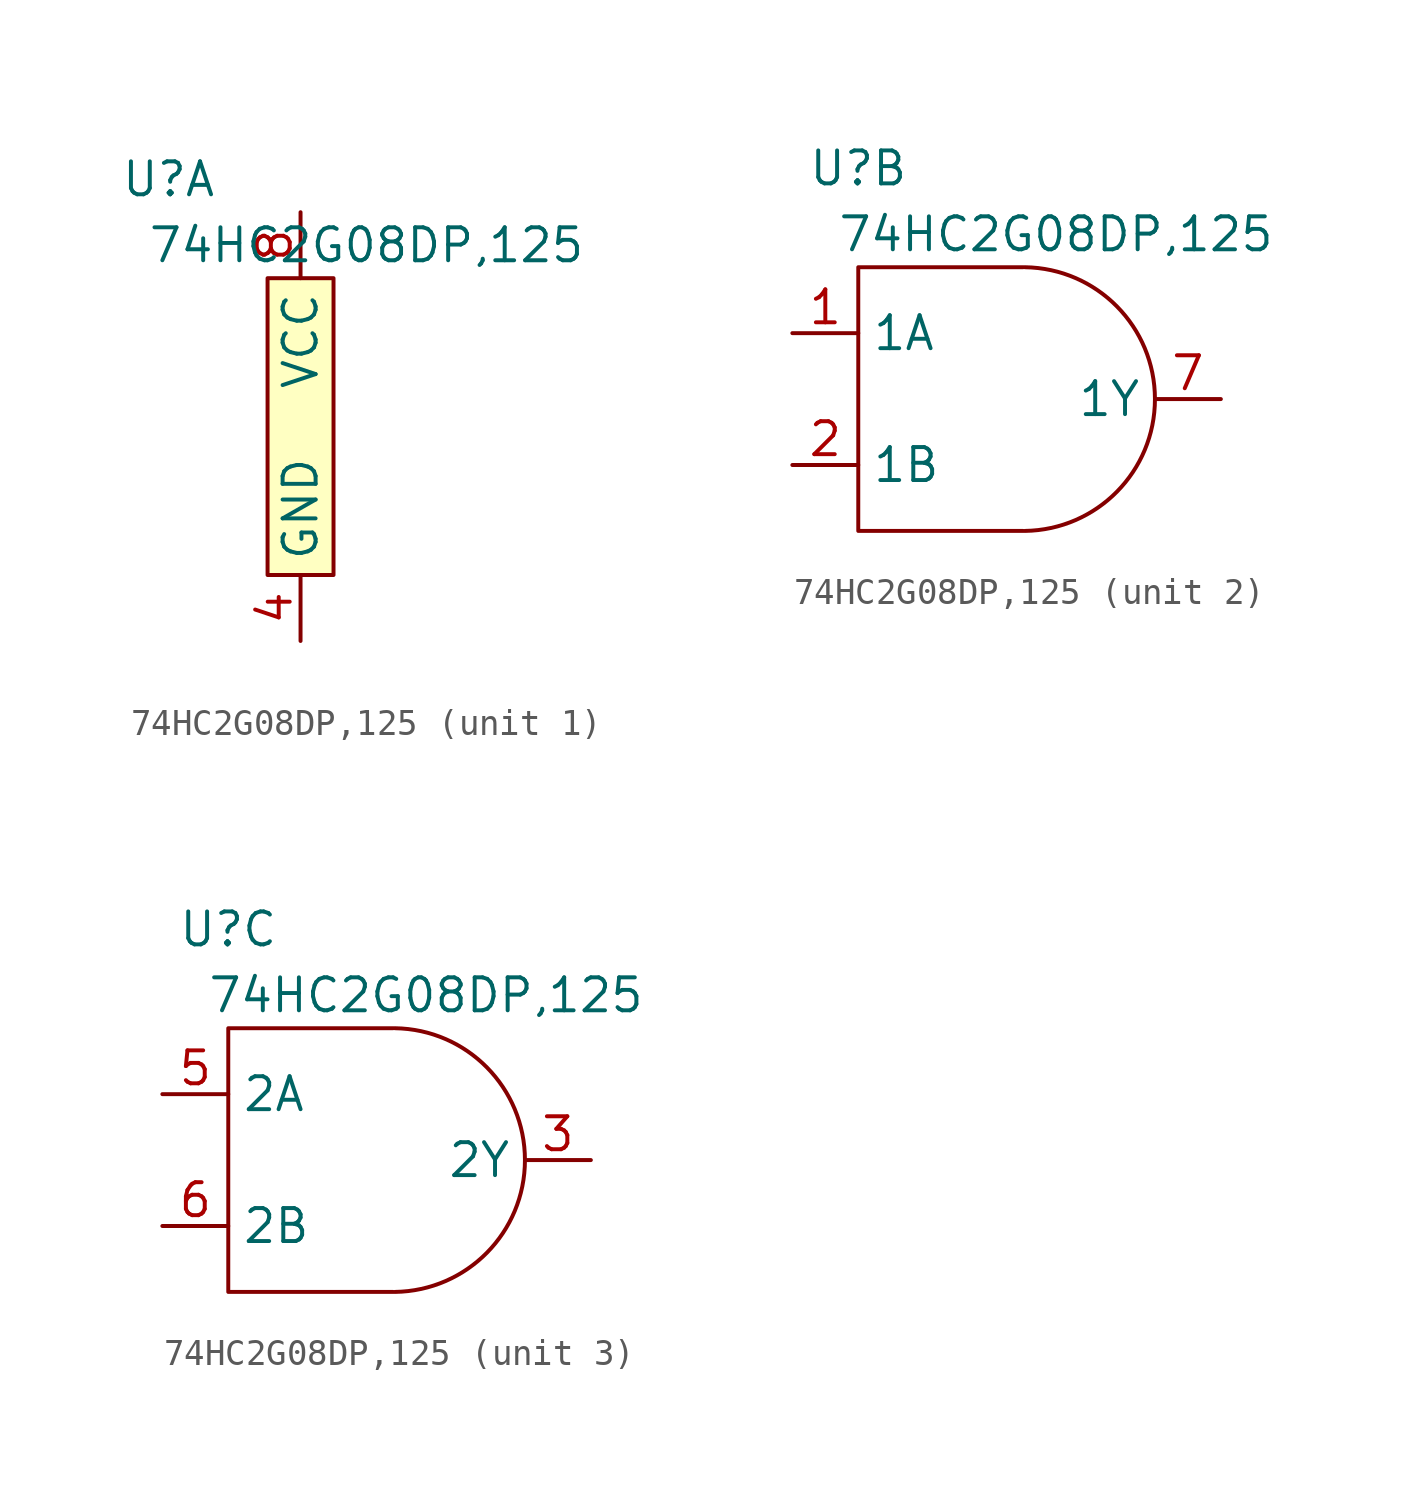
<source format=kicad_sym>
(kicad_symbol_lib
  (version 20211014)
  (generator kicad_symbol_editor)
  (symbol "74HC2G08DP,125"
    (property "Reference" "U"
      (at -5.08 8.89 0)
      (effects (font (size 1.27 1.27))))
    (property "Value" "74HC2G08DP,125"
      (at 2.54 6.35 0)
      (effects (font (size 1.27 1.27))))
    (property "ki_locked" ""
      (at 0 0 0)
      (effects (font (size 1.27 1.27))))
    (symbol "74HC2G08DP,125_1_1"
      (rectangle (start -1.27 -6.35) (end 1.27 5.08) (stroke (width 0) (type default) (color 0 0 0 0)) (fill (type background)))
      (pin passive line (at 0 -8.89 90) (length 2.54) (name "GND" (effects (font (size 1.27 1.27)))) (number "4" (effects (font (size 1.27 1.27)))))
      (pin passive line (at 0 7.62 270) (length 2.54) (name "VCC" (effects (font (size 1.27 1.27)))) (number "8" (effects (font (size 1.27 1.27))))))
    (symbol "74HC2G08DP,125_2_1"
      (polyline (pts (xy 1.27 5.08) (xy -5.08 5.08) (xy -5.08 -5.08) (xy 1.27 -5.08)) (stroke (width 0) (type default) (color 0 0 0 0)) (fill (type none)))
      (arc (start 1.3413 -5.08) (mid 6.3505 0) (end 1.3413 5.08) (stroke (width 0) (type default) (color 0 0 0 0)) (fill (type none)))
      (pin passive line (at -7.62 2.54 0) (length 2.54) (name "1A" (effects (font (size 1.27 1.27)))) (number "1" (effects (font (size 1.27 1.27)))))
      (pin passive line (at -7.62 -2.54 0) (length 2.54) (name "1B" (effects (font (size 1.27 1.27)))) (number "2" (effects (font (size 1.27 1.27)))))
      (pin passive line (at 8.89 0 180) (length 2.54) (name "1Y" (effects (font (size 1.27 1.27)))) (number "7" (effects (font (size 1.27 1.27))))))
    (symbol "74HC2G08DP,125_3_1"
      (polyline (pts (xy 1.27 5.08) (xy -5.08 5.08) (xy -5.08 -5.08) (xy 1.27 -5.08)) (stroke (width 0) (type default) (color 0 0 0 0)) (fill (type none)))
      (arc (start 1.3413 -5.08) (mid 6.3505 0) (end 1.3413 5.08) (stroke (width 0) (type default) (color 0 0 0 0)) (fill (type none)))
      (pin passive line (at 8.89 0 180) (length 2.54) (name "2Y" (effects (font (size 1.27 1.27)))) (number "3" (effects (font (size 1.27 1.27)))))
      (pin passive line (at -7.62 2.54 0) (length 2.54) (name "2A" (effects (font (size 1.27 1.27)))) (number "5" (effects (font (size 1.27 1.27)))))
      (pin passive line (at -7.62 -2.54 0) (length 2.54) (name "2B" (effects (font (size 1.27 1.27)))) (number "6" (effects (font (size 1.27 1.27))))))))
</source>
